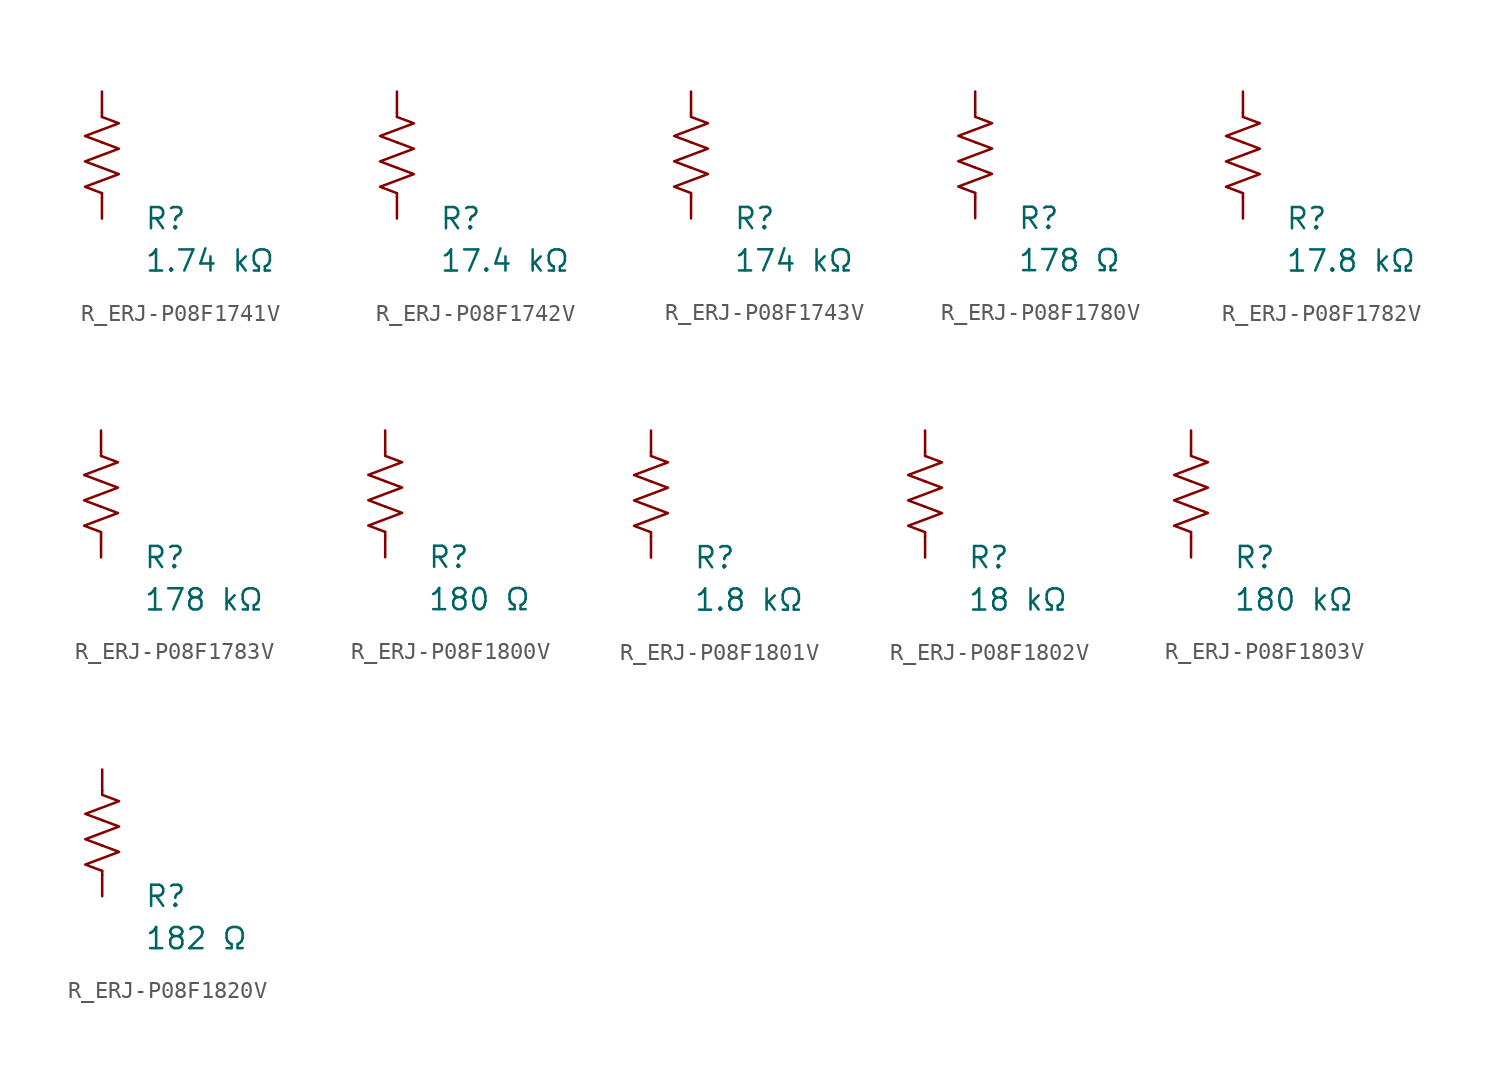
<source format=kicad_sym>
(kicad_symbol_lib
  (version 20231120)
  (generator "kicad_symbol_editor")
  (generator_version "8.0")
  (symbol "R_ERJ-P08F1741V"
    (pin_numbers hide)
    (pin_names
      (offset 0))
    (property "Reference" "R"
      (at 2.54 -3.81 0)
      (effects (font (size 1.27 1.27)) (justify left))
      (show_name no))
    (property "Value" "1.74 kΩ"
      (at 2.54 -6.35 0)
      (effects (font (size 1.27 1.27)) (justify left))
      (show_name no))
    (symbol "R_ERJ-P08F1741V_0_1"
      (polyline (pts (xy 0 -2.286) (xy 0 -2.54)) (stroke (width 0) (type default)) (fill (type none)))
      (polyline (pts (xy 0 2.286) (xy 0 2.54)) (stroke (width 0) (type default)) (fill (type none)))
      (polyline (pts (xy 0 -0.762) (xy 1.016 -1.143) (xy 0 -1.524) (xy -1.016 -1.905) (xy 0 -2.286)) (stroke (width 0) (type default)) (fill (type none)))
      (polyline (pts (xy 0 0.762) (xy 1.016 0.381) (xy 0 0) (xy -1.016 -0.381) (xy 0 -0.762)) (stroke (width 0) (type default)) (fill (type none)))
      (polyline (pts (xy 0 2.286) (xy 1.016 1.905) (xy 0 1.524) (xy -1.016 1.143) (xy 0 0.762)) (stroke (width 0) (type default)) (fill (type none))))
    (symbol "R_ERJ-P08F1741V_1_1"
      (pin passive line (at 0 3.81 270) (length 1.27) (name "~" (effects (font (size 1.27 1.27)))) (number "1" (effects (font (size 1.27 1.27)))))
      (pin passive line (at 0 -3.81 90) (length 1.27) (name "~" (effects (font (size 1.27 1.27)))) (number "2" (effects (font (size 1.27 1.27)))))))
  (symbol "R_ERJ-P08F1742V"
    (pin_numbers hide)
    (pin_names
      (offset 0))
    (property "Reference" "R"
      (at 2.54 -3.81 0)
      (effects (font (size 1.27 1.27)) (justify left))
      (show_name no))
    (property "Value" "17.4 kΩ"
      (at 2.54 -6.35 0)
      (effects (font (size 1.27 1.27)) (justify left))
      (show_name no))
    (symbol "R_ERJ-P08F1742V_0_1"
      (polyline (pts (xy 0 -2.286) (xy 0 -2.54)) (stroke (width 0) (type default)) (fill (type none)))
      (polyline (pts (xy 0 2.286) (xy 0 2.54)) (stroke (width 0) (type default)) (fill (type none)))
      (polyline (pts (xy 0 -0.762) (xy 1.016 -1.143) (xy 0 -1.524) (xy -1.016 -1.905) (xy 0 -2.286)) (stroke (width 0) (type default)) (fill (type none)))
      (polyline (pts (xy 0 0.762) (xy 1.016 0.381) (xy 0 0) (xy -1.016 -0.381) (xy 0 -0.762)) (stroke (width 0) (type default)) (fill (type none)))
      (polyline (pts (xy 0 2.286) (xy 1.016 1.905) (xy 0 1.524) (xy -1.016 1.143) (xy 0 0.762)) (stroke (width 0) (type default)) (fill (type none))))
    (symbol "R_ERJ-P08F1742V_1_1"
      (pin passive line (at 0 3.81 270) (length 1.27) (name "~" (effects (font (size 1.27 1.27)))) (number "1" (effects (font (size 1.27 1.27)))))
      (pin passive line (at 0 -3.81 90) (length 1.27) (name "~" (effects (font (size 1.27 1.27)))) (number "2" (effects (font (size 1.27 1.27)))))))
  (symbol "R_ERJ-P08F1743V"
    (pin_numbers hide)
    (pin_names
      (offset 0))
    (property "Reference" "R"
      (at 2.54 -3.81 0)
      (effects (font (size 1.27 1.27)) (justify left))
      (show_name no))
    (property "Value" "174 kΩ"
      (at 2.54 -6.35 0)
      (effects (font (size 1.27 1.27)) (justify left))
      (show_name no))
    (symbol "R_ERJ-P08F1743V_0_1"
      (polyline (pts (xy 0 -2.286) (xy 0 -2.54)) (stroke (width 0) (type default)) (fill (type none)))
      (polyline (pts (xy 0 2.286) (xy 0 2.54)) (stroke (width 0) (type default)) (fill (type none)))
      (polyline (pts (xy 0 -0.762) (xy 1.016 -1.143) (xy 0 -1.524) (xy -1.016 -1.905) (xy 0 -2.286)) (stroke (width 0) (type default)) (fill (type none)))
      (polyline (pts (xy 0 0.762) (xy 1.016 0.381) (xy 0 0) (xy -1.016 -0.381) (xy 0 -0.762)) (stroke (width 0) (type default)) (fill (type none)))
      (polyline (pts (xy 0 2.286) (xy 1.016 1.905) (xy 0 1.524) (xy -1.016 1.143) (xy 0 0.762)) (stroke (width 0) (type default)) (fill (type none))))
    (symbol "R_ERJ-P08F1743V_1_1"
      (pin passive line (at 0 3.81 270) (length 1.27) (name "~" (effects (font (size 1.27 1.27)))) (number "1" (effects (font (size 1.27 1.27)))))
      (pin passive line (at 0 -3.81 90) (length 1.27) (name "~" (effects (font (size 1.27 1.27)))) (number "2" (effects (font (size 1.27 1.27)))))))
  (symbol "R_ERJ-P08F1780V"
    (pin_numbers hide)
    (pin_names
      (offset 0))
    (property "Reference" "R"
      (at 2.54 -3.81 0)
      (effects (font (size 1.27 1.27)) (justify left))
      (show_name no))
    (property "Value" "178 Ω"
      (at 2.54 -6.35 0)
      (effects (font (size 1.27 1.27)) (justify left))
      (show_name no))
    (symbol "R_ERJ-P08F1780V_0_1"
      (polyline (pts (xy 0 -2.286) (xy 0 -2.54)) (stroke (width 0) (type default)) (fill (type none)))
      (polyline (pts (xy 0 2.286) (xy 0 2.54)) (stroke (width 0) (type default)) (fill (type none)))
      (polyline (pts (xy 0 -0.762) (xy 1.016 -1.143) (xy 0 -1.524) (xy -1.016 -1.905) (xy 0 -2.286)) (stroke (width 0) (type default)) (fill (type none)))
      (polyline (pts (xy 0 0.762) (xy 1.016 0.381) (xy 0 0) (xy -1.016 -0.381) (xy 0 -0.762)) (stroke (width 0) (type default)) (fill (type none)))
      (polyline (pts (xy 0 2.286) (xy 1.016 1.905) (xy 0 1.524) (xy -1.016 1.143) (xy 0 0.762)) (stroke (width 0) (type default)) (fill (type none))))
    (symbol "R_ERJ-P08F1780V_1_1"
      (pin passive line (at 0 3.81 270) (length 1.27) (name "~" (effects (font (size 1.27 1.27)))) (number "1" (effects (font (size 1.27 1.27)))))
      (pin passive line (at 0 -3.81 90) (length 1.27) (name "~" (effects (font (size 1.27 1.27)))) (number "2" (effects (font (size 1.27 1.27)))))))
  (symbol "R_ERJ-P08F1782V"
    (pin_numbers hide)
    (pin_names
      (offset 0))
    (property "Reference" "R"
      (at 2.54 -3.81 0)
      (effects (font (size 1.27 1.27)) (justify left))
      (show_name no))
    (property "Value" "17.8 kΩ"
      (at 2.54 -6.35 0)
      (effects (font (size 1.27 1.27)) (justify left))
      (show_name no))
    (symbol "R_ERJ-P08F1782V_0_1"
      (polyline (pts (xy 0 -2.286) (xy 0 -2.54)) (stroke (width 0) (type default)) (fill (type none)))
      (polyline (pts (xy 0 2.286) (xy 0 2.54)) (stroke (width 0) (type default)) (fill (type none)))
      (polyline (pts (xy 0 -0.762) (xy 1.016 -1.143) (xy 0 -1.524) (xy -1.016 -1.905) (xy 0 -2.286)) (stroke (width 0) (type default)) (fill (type none)))
      (polyline (pts (xy 0 0.762) (xy 1.016 0.381) (xy 0 0) (xy -1.016 -0.381) (xy 0 -0.762)) (stroke (width 0) (type default)) (fill (type none)))
      (polyline (pts (xy 0 2.286) (xy 1.016 1.905) (xy 0 1.524) (xy -1.016 1.143) (xy 0 0.762)) (stroke (width 0) (type default)) (fill (type none))))
    (symbol "R_ERJ-P08F1782V_1_1"
      (pin passive line (at 0 3.81 270) (length 1.27) (name "~" (effects (font (size 1.27 1.27)))) (number "1" (effects (font (size 1.27 1.27)))))
      (pin passive line (at 0 -3.81 90) (length 1.27) (name "~" (effects (font (size 1.27 1.27)))) (number "2" (effects (font (size 1.27 1.27)))))))
  (symbol "R_ERJ-P08F1783V"
    (pin_numbers hide)
    (pin_names
      (offset 0))
    (property "Reference" "R"
      (at 2.54 -3.81 0)
      (effects (font (size 1.27 1.27)) (justify left))
      (show_name no))
    (property "Value" "178 kΩ"
      (at 2.54 -6.35 0)
      (effects (font (size 1.27 1.27)) (justify left))
      (show_name no))
    (symbol "R_ERJ-P08F1783V_0_1"
      (polyline (pts (xy 0 -2.286) (xy 0 -2.54)) (stroke (width 0) (type default)) (fill (type none)))
      (polyline (pts (xy 0 2.286) (xy 0 2.54)) (stroke (width 0) (type default)) (fill (type none)))
      (polyline (pts (xy 0 -0.762) (xy 1.016 -1.143) (xy 0 -1.524) (xy -1.016 -1.905) (xy 0 -2.286)) (stroke (width 0) (type default)) (fill (type none)))
      (polyline (pts (xy 0 0.762) (xy 1.016 0.381) (xy 0 0) (xy -1.016 -0.381) (xy 0 -0.762)) (stroke (width 0) (type default)) (fill (type none)))
      (polyline (pts (xy 0 2.286) (xy 1.016 1.905) (xy 0 1.524) (xy -1.016 1.143) (xy 0 0.762)) (stroke (width 0) (type default)) (fill (type none))))
    (symbol "R_ERJ-P08F1783V_1_1"
      (pin passive line (at 0 3.81 270) (length 1.27) (name "~" (effects (font (size 1.27 1.27)))) (number "1" (effects (font (size 1.27 1.27)))))
      (pin passive line (at 0 -3.81 90) (length 1.27) (name "~" (effects (font (size 1.27 1.27)))) (number "2" (effects (font (size 1.27 1.27)))))))
  (symbol "R_ERJ-P08F1800V"
    (pin_numbers hide)
    (pin_names
      (offset 0))
    (property "Reference" "R"
      (at 2.54 -3.81 0)
      (effects (font (size 1.27 1.27)) (justify left))
      (show_name no))
    (property "Value" "180 Ω"
      (at 2.54 -6.35 0)
      (effects (font (size 1.27 1.27)) (justify left))
      (show_name no))
    (symbol "R_ERJ-P08F1800V_0_1"
      (polyline (pts (xy 0 -2.286) (xy 0 -2.54)) (stroke (width 0) (type default)) (fill (type none)))
      (polyline (pts (xy 0 2.286) (xy 0 2.54)) (stroke (width 0) (type default)) (fill (type none)))
      (polyline (pts (xy 0 -0.762) (xy 1.016 -1.143) (xy 0 -1.524) (xy -1.016 -1.905) (xy 0 -2.286)) (stroke (width 0) (type default)) (fill (type none)))
      (polyline (pts (xy 0 0.762) (xy 1.016 0.381) (xy 0 0) (xy -1.016 -0.381) (xy 0 -0.762)) (stroke (width 0) (type default)) (fill (type none)))
      (polyline (pts (xy 0 2.286) (xy 1.016 1.905) (xy 0 1.524) (xy -1.016 1.143) (xy 0 0.762)) (stroke (width 0) (type default)) (fill (type none))))
    (symbol "R_ERJ-P08F1800V_1_1"
      (pin passive line (at 0 3.81 270) (length 1.27) (name "~" (effects (font (size 1.27 1.27)))) (number "1" (effects (font (size 1.27 1.27)))))
      (pin passive line (at 0 -3.81 90) (length 1.27) (name "~" (effects (font (size 1.27 1.27)))) (number "2" (effects (font (size 1.27 1.27)))))))
  (symbol "R_ERJ-P08F1801V"
    (pin_numbers hide)
    (pin_names
      (offset 0))
    (property "Reference" "R"
      (at 2.54 -3.81 0)
      (effects (font (size 1.27 1.27)) (justify left))
      (show_name no))
    (property "Value" "1.8 kΩ"
      (at 2.54 -6.35 0)
      (effects (font (size 1.27 1.27)) (justify left))
      (show_name no))
    (symbol "R_ERJ-P08F1801V_0_1"
      (polyline (pts (xy 0 -2.286) (xy 0 -2.54)) (stroke (width 0) (type default)) (fill (type none)))
      (polyline (pts (xy 0 2.286) (xy 0 2.54)) (stroke (width 0) (type default)) (fill (type none)))
      (polyline (pts (xy 0 -0.762) (xy 1.016 -1.143) (xy 0 -1.524) (xy -1.016 -1.905) (xy 0 -2.286)) (stroke (width 0) (type default)) (fill (type none)))
      (polyline (pts (xy 0 0.762) (xy 1.016 0.381) (xy 0 0) (xy -1.016 -0.381) (xy 0 -0.762)) (stroke (width 0) (type default)) (fill (type none)))
      (polyline (pts (xy 0 2.286) (xy 1.016 1.905) (xy 0 1.524) (xy -1.016 1.143) (xy 0 0.762)) (stroke (width 0) (type default)) (fill (type none))))
    (symbol "R_ERJ-P08F1801V_1_1"
      (pin passive line (at 0 3.81 270) (length 1.27) (name "~" (effects (font (size 1.27 1.27)))) (number "1" (effects (font (size 1.27 1.27)))))
      (pin passive line (at 0 -3.81 90) (length 1.27) (name "~" (effects (font (size 1.27 1.27)))) (number "2" (effects (font (size 1.27 1.27)))))))
  (symbol "R_ERJ-P08F1802V"
    (pin_numbers hide)
    (pin_names
      (offset 0))
    (property "Reference" "R"
      (at 2.54 -3.81 0)
      (effects (font (size 1.27 1.27)) (justify left))
      (show_name no))
    (property "Value" "18 kΩ"
      (at 2.54 -6.35 0)
      (effects (font (size 1.27 1.27)) (justify left))
      (show_name no))
    (symbol "R_ERJ-P08F1802V_0_1"
      (polyline (pts (xy 0 -2.286) (xy 0 -2.54)) (stroke (width 0) (type default)) (fill (type none)))
      (polyline (pts (xy 0 2.286) (xy 0 2.54)) (stroke (width 0) (type default)) (fill (type none)))
      (polyline (pts (xy 0 -0.762) (xy 1.016 -1.143) (xy 0 -1.524) (xy -1.016 -1.905) (xy 0 -2.286)) (stroke (width 0) (type default)) (fill (type none)))
      (polyline (pts (xy 0 0.762) (xy 1.016 0.381) (xy 0 0) (xy -1.016 -0.381) (xy 0 -0.762)) (stroke (width 0) (type default)) (fill (type none)))
      (polyline (pts (xy 0 2.286) (xy 1.016 1.905) (xy 0 1.524) (xy -1.016 1.143) (xy 0 0.762)) (stroke (width 0) (type default)) (fill (type none))))
    (symbol "R_ERJ-P08F1802V_1_1"
      (pin passive line (at 0 3.81 270) (length 1.27) (name "~" (effects (font (size 1.27 1.27)))) (number "1" (effects (font (size 1.27 1.27)))))
      (pin passive line (at 0 -3.81 90) (length 1.27) (name "~" (effects (font (size 1.27 1.27)))) (number "2" (effects (font (size 1.27 1.27)))))))
  (symbol "R_ERJ-P08F1803V"
    (pin_numbers hide)
    (pin_names
      (offset 0))
    (property "Reference" "R"
      (at 2.54 -3.81 0)
      (effects (font (size 1.27 1.27)) (justify left))
      (show_name no))
    (property "Value" "180 kΩ"
      (at 2.54 -6.35 0)
      (effects (font (size 1.27 1.27)) (justify left))
      (show_name no))
    (symbol "R_ERJ-P08F1803V_0_1"
      (polyline (pts (xy 0 -2.286) (xy 0 -2.54)) (stroke (width 0) (type default)) (fill (type none)))
      (polyline (pts (xy 0 2.286) (xy 0 2.54)) (stroke (width 0) (type default)) (fill (type none)))
      (polyline (pts (xy 0 -0.762) (xy 1.016 -1.143) (xy 0 -1.524) (xy -1.016 -1.905) (xy 0 -2.286)) (stroke (width 0) (type default)) (fill (type none)))
      (polyline (pts (xy 0 0.762) (xy 1.016 0.381) (xy 0 0) (xy -1.016 -0.381) (xy 0 -0.762)) (stroke (width 0) (type default)) (fill (type none)))
      (polyline (pts (xy 0 2.286) (xy 1.016 1.905) (xy 0 1.524) (xy -1.016 1.143) (xy 0 0.762)) (stroke (width 0) (type default)) (fill (type none))))
    (symbol "R_ERJ-P08F1803V_1_1"
      (pin passive line (at 0 3.81 270) (length 1.27) (name "~" (effects (font (size 1.27 1.27)))) (number "1" (effects (font (size 1.27 1.27)))))
      (pin passive line (at 0 -3.81 90) (length 1.27) (name "~" (effects (font (size 1.27 1.27)))) (number "2" (effects (font (size 1.27 1.27)))))))
  (symbol "R_ERJ-P08F1820V"
    (pin_numbers hide)
    (pin_names
      (offset 0))
    (property "Reference" "R"
      (at 2.54 -3.81 0)
      (effects (font (size 1.27 1.27)) (justify left))
      (show_name no))
    (property "Value" "182 Ω"
      (at 2.54 -6.35 0)
      (effects (font (size 1.27 1.27)) (justify left))
      (show_name no))
    (symbol "R_ERJ-P08F1820V_0_1"
      (polyline (pts (xy 0 -2.286) (xy 0 -2.54)) (stroke (width 0) (type default)) (fill (type none)))
      (polyline (pts (xy 0 2.286) (xy 0 2.54)) (stroke (width 0) (type default)) (fill (type none)))
      (polyline (pts (xy 0 -0.762) (xy 1.016 -1.143) (xy 0 -1.524) (xy -1.016 -1.905) (xy 0 -2.286)) (stroke (width 0) (type default)) (fill (type none)))
      (polyline (pts (xy 0 0.762) (xy 1.016 0.381) (xy 0 0) (xy -1.016 -0.381) (xy 0 -0.762)) (stroke (width 0) (type default)) (fill (type none)))
      (polyline (pts (xy 0 2.286) (xy 1.016 1.905) (xy 0 1.524) (xy -1.016 1.143) (xy 0 0.762)) (stroke (width 0) (type default)) (fill (type none))))
    (symbol "R_ERJ-P08F1820V_1_1"
      (pin passive line (at 0 3.81 270) (length 1.27) (name "~" (effects (font (size 1.27 1.27)))) (number "1" (effects (font (size 1.27 1.27)))))
      (pin passive line (at 0 -3.81 90) (length 1.27) (name "~" (effects (font (size 1.27 1.27)))) (number "2" (effects (font (size 1.27 1.27))))))))
</source>
